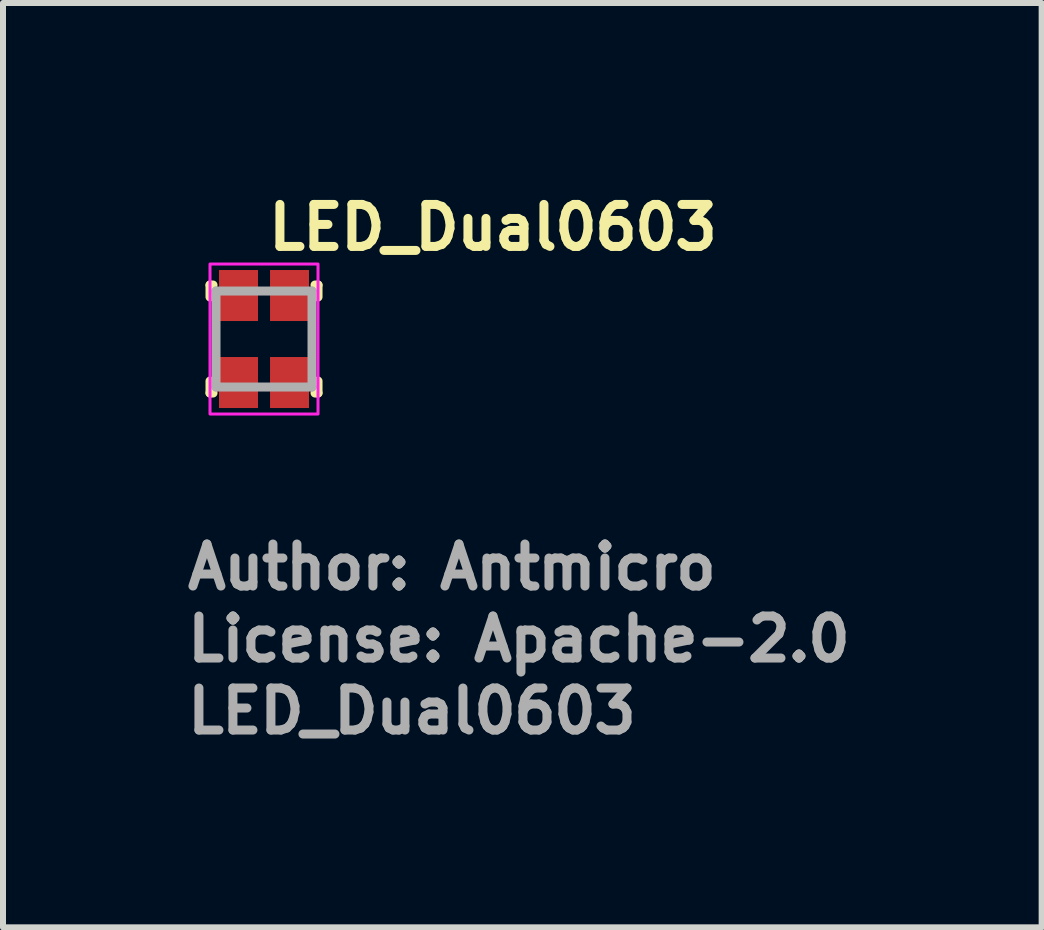
<source format=kicad_pcb>
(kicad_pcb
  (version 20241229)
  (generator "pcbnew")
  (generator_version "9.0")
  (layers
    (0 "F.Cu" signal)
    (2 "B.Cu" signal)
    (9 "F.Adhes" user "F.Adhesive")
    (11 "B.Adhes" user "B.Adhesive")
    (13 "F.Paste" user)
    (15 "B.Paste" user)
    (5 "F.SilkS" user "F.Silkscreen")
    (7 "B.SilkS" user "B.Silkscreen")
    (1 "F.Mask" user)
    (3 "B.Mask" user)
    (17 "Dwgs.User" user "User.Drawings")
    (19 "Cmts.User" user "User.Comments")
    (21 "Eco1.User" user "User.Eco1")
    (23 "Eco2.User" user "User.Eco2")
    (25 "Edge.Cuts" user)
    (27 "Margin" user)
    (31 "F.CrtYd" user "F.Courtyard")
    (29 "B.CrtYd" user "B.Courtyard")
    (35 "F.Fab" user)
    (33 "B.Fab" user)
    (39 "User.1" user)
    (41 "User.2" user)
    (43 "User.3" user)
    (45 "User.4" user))
  (footprint "LED_Dual0603"
    (layer "F.Cu")
    (at 1.35 2.6)
    (property "Reference" "LED_Dual0603" (at 0 -1.45 0) (layer "F.SilkS") (effects (font (size 0.7 0.7) (thickness 0.15)) (justify left bottom)))
    (attr smd)
    (fp_line (start -0.9 -0.9) (end -0.9 -0.7) (stroke (width 0.15) (type solid)) (layer "F.SilkS"))
    (fp_line (start -0.9 0.9) (end -0.9 0.7) (stroke (width 0.15) (type solid)) (layer "F.SilkS"))
    (fp_line (start -0.85 -0.9) (end -0.9 -0.9) (stroke (width 0.15) (type solid)) (layer "F.SilkS"))
    (fp_line (start -0.85 0.9) (end -0.9 0.9) (stroke (width 0.15) (type solid)) (layer "F.SilkS"))
    (fp_line (start 0.85 -0.9) (end 0.9 -0.9) (stroke (width 0.15) (type solid)) (layer "F.SilkS"))
    (fp_line (start 0.85 0.9) (end 0.9 0.9) (stroke (width 0.15) (type solid)) (layer "F.SilkS"))
    (fp_line (start 0.9 -0.9) (end 0.9 -0.7) (stroke (width 0.15) (type solid)) (layer "F.SilkS"))
    (fp_line (start 0.9 0.9) (end 0.9 0.7) (stroke (width 0.15) (type solid)) (layer "F.SilkS"))
    (fp_rect (start -0.9 -1.25) (end 0.9 1.25) (stroke (width 0.05) (type solid)) (fill no) (layer "F.CrtYd"))
    (fp_line (start -0.8 -0.8) (end -0.8 0.8) (stroke (width 0.15) (type solid)) (layer "F.Fab"))
    (fp_line (start -0.8 -0.8) (end 0.8 -0.8) (stroke (width 0.15) (type solid)) (layer "F.Fab"))
    (fp_line (start -0.8 0.8) (end 0.8 0.8) (stroke (width 0.15) (type solid)) (layer "F.Fab"))
    (fp_line (start 0.8 -0.8) (end 0.8 0.8) (stroke (width 0.15) (type solid)) (layer "F.Fab"))
    (fp_rect (start -0.8 -0.8) (end 0.8 0.8) (stroke (width 0.1) (type solid)) (fill no) (layer "User.5"))
    (fp_line (start -0.8 -0.8) (end -0.675 -0.8) (stroke (width 0.02) (type solid)) (layer "User.9"))
    (fp_line (start -0.8 -0.575) (end -0.8 -0.8) (stroke (width 0.02) (type solid)) (layer "User.9"))
    (fp_line (start -0.8 -0.575) (end -0.8 -0.525) (stroke (width 0.02) (type solid)) (layer "User.9"))
    (fp_line (start -0.8 0.525) (end -0.8 -0.525) (stroke (width 0.02) (type solid)) (layer "User.9"))
    (fp_line (start -0.8 0.525) (end -0.8 0.575) (stroke (width 0.02) (type solid)) (layer "User.9"))
    (fp_line (start -0.8 0.8) (end -0.8 0.575) (stroke (width 0.02) (type solid)) (layer "User.9"))
    (fp_line (start -0.675 -0.8) (end -0.675 -0.575) (stroke (width 0.02) (type solid)) (layer "User.9"))
    (fp_line (start -0.675 -0.8) (end -0.5 -0.8) (stroke (width 0.02) (type solid)) (layer "User.9"))
    (fp_line (start -0.675 0.575) (end -0.675 0.8) (stroke (width 0.02) (type solid)) (layer "User.9"))
    (fp_line (start -0.675 0.8) (end -0.8 0.8) (stroke (width 0.02) (type solid)) (layer "User.9"))
    (fp_line (start -0.5 -0.795) (end -0.5 -0.8) (stroke (width 0.02) (type solid)) (layer "User.9"))
    (fp_line (start -0.5 -0.79) (end -0.5 -0.795) (stroke (width 0.02) (type solid)) (layer "User.9"))
    (fp_line (start -0.5 0.795) (end -0.499 0.79) (stroke (width 0.02) (type solid)) (layer "User.9"))
    (fp_line (start -0.5 0.8) (end -0.675 0.8) (stroke (width 0.02) (type solid)) (layer "User.9"))
    (fp_line (start -0.5 0.8) (end -0.5 0.795) (stroke (width 0.02) (type solid)) (layer "User.9"))
    (fp_line (start -0.499 -0.785) (end -0.5 -0.79) (stroke (width 0.02) (type solid)) (layer "User.9"))
    (fp_line (start -0.499 0.785) (end -0.498 0.78) (stroke (width 0.02) (type solid)) (layer "User.9"))
    (fp_line (start -0.499 0.79) (end -0.499 0.785) (stroke (width 0.02) (type solid)) (layer "User.9"))
    (fp_line (start -0.498 -0.78) (end -0.499 -0.785) (stroke (width 0.02) (type solid)) (layer "User.9"))
    (fp_line (start -0.498 0.78) (end -0.497 0.775) (stroke (width 0.02) (type solid)) (layer "User.9"))
    (fp_line (start -0.497 -0.776) (end -0.498 -0.78) (stroke (width 0.02) (type solid)) (layer "User.9"))
    (fp_line (start -0.497 0.775) (end -0.495 0.77) (stroke (width 0.02) (type solid)) (layer "User.9"))
    (fp_line (start -0.496 -0.771) (end -0.497 -0.776) (stroke (width 0.02) (type solid)) (layer "User.9"))
    (fp_line (start -0.495 0.77) (end -0.494 0.766) (stroke (width 0.02) (type solid)) (layer "User.9"))
    (fp_line (start -0.494 -0.766) (end -0.496 -0.771) (stroke (width 0.02) (type solid)) (layer "User.9"))
    (fp_line (start -0.494 0.766) (end -0.492 0.761) (stroke (width 0.02) (type solid)) (layer "User.9"))
    (fp_line (start -0.492 -0.762) (end -0.494 -0.766) (stroke (width 0.02) (type solid)) (layer "User.9"))
    (fp_line (start -0.492 0.761) (end -0.49 0.757) (stroke (width 0.02) (type solid)) (layer "User.9"))
    (fp_line (start -0.49 -0.757) (end -0.492 -0.762) (stroke (width 0.02) (type solid)) (layer "User.9"))
    (fp_line (start -0.49 0.757) (end -0.488 0.752) (stroke (width 0.02) (type solid)) (layer "User.9"))
    (fp_line (start -0.488 -0.753) (end -0.49 -0.757) (stroke (width 0.02) (type solid)) (layer "User.9"))
    (fp_line (start -0.488 0.752) (end -0.486 0.748) (stroke (width 0.02) (type solid)) (layer "User.9"))
    (fp_line (start -0.486 -0.749) (end -0.488 -0.753) (stroke (width 0.02) (type solid)) (layer "User.9"))
    (fp_line (start -0.486 0.748) (end -0.483 0.744) (stroke (width 0.02) (type solid)) (layer "User.9"))
    (fp_line (start -0.483 -0.745) (end -0.486 -0.749) (stroke (width 0.02) (type solid)) (layer "User.9"))
    (fp_line (start -0.483 0.744) (end -0.48 0.74) (stroke (width 0.02) (type solid)) (layer "User.9"))
    (fp_line (start -0.48 -0.741) (end -0.483 -0.745) (stroke (width 0.02) (type solid)) (layer "User.9"))
    (fp_line (start -0.48 0.74) (end -0.477 0.736) (stroke (width 0.02) (type solid)) (layer "User.9"))
    (fp_line (start -0.477 -0.737) (end -0.48 -0.741) (stroke (width 0.02) (type solid)) (layer "User.9"))
    (fp_line (start -0.477 0.736) (end -0.474 0.733) (stroke (width 0.02) (type solid)) (layer "User.9"))
    (fp_line (start -0.474 -0.733) (end -0.477 -0.737) (stroke (width 0.02) (type solid)) (layer "User.9"))
    (fp_line (start -0.474 0.733) (end -0.471 0.729) (stroke (width 0.02) (type solid)) (layer "User.9"))
    (fp_line (start -0.471 -0.729) (end -0.474 -0.733) (stroke (width 0.02) (type solid)) (layer "User.9"))
    (fp_line (start -0.471 0.729) (end -0.467 0.726) (stroke (width 0.02) (type solid)) (layer "User.9"))
    (fp_line (start -0.467 -0.726) (end -0.471 -0.729) (stroke (width 0.02) (type solid)) (layer "User.9"))
    (fp_line (start -0.467 0.726) (end -0.464 0.723) (stroke (width 0.02) (type solid)) (layer "User.9"))
    (fp_line (start -0.464 0.723) (end -0.46 0.72) (stroke (width 0.02) (type solid)) (layer "User.9"))
    (fp_line (start -0.463 -0.723) (end -0.467 -0.726) (stroke (width 0.02) (type solid)) (layer "User.9"))
    (fp_line (start -0.46 0.72) (end -0.456 0.717) (stroke (width 0.02) (type solid)) (layer "User.9"))
    (fp_line (start -0.459 -0.72) (end -0.463 -0.723) (stroke (width 0.02) (type solid)) (layer "User.9"))
    (fp_line (start -0.456 0.717) (end -0.452 0.715) (stroke (width 0.02) (type solid)) (layer "User.9"))
    (fp_line (start -0.455 -0.717) (end -0.459 -0.72) (stroke (width 0.02) (type solid)) (layer "User.9"))
    (fp_line (start -0.452 0.715) (end -0.448 0.712) (stroke (width 0.02) (type solid)) (layer "User.9"))
    (fp_line (start -0.451 -0.714) (end -0.455 -0.717) (stroke (width 0.02) (type solid)) (layer "User.9"))
    (fp_line (start -0.448 0.712) (end -0.443 0.71) (stroke (width 0.02) (type solid)) (layer "User.9"))
    (fp_line (start -0.447 -0.712) (end -0.451 -0.714) (stroke (width 0.02) (type solid)) (layer "User.9"))
    (fp_line (start -0.443 -0.71) (end -0.447 -0.712) (stroke (width 0.02) (type solid)) (layer "User.9"))
    (fp_line (start -0.443 0.71) (end -0.439 0.708) (stroke (width 0.02) (type solid)) (layer "User.9"))
    (fp_line (start -0.439 0.708) (end -0.434 0.706) (stroke (width 0.02) (type solid)) (layer "User.9"))
    (fp_line (start -0.438 -0.708) (end -0.443 -0.71) (stroke (width 0.02) (type solid)) (layer "User.9"))
    (fp_line (start -0.434 -0.706) (end -0.438 -0.708) (stroke (width 0.02) (type solid)) (layer "User.9"))
    (fp_line (start -0.434 0.706) (end -0.43 0.705) (stroke (width 0.02) (type solid)) (layer "User.9"))
    (fp_line (start -0.43 0.705) (end -0.425 0.703) (stroke (width 0.02) (type solid)) (layer "User.9"))
    (fp_line (start -0.429 -0.704) (end -0.434 -0.706) (stroke (width 0.02) (type solid)) (layer "User.9"))
    (fp_line (start -0.425 0.703) (end -0.42 0.702) (stroke (width 0.02) (type solid)) (layer "User.9"))
    (fp_line (start -0.424 -0.703) (end -0.429 -0.704) (stroke (width 0.02) (type solid)) (layer "User.9"))
    (fp_line (start -0.42 -0.702) (end -0.424 -0.703) (stroke (width 0.02) (type solid)) (layer "User.9"))
    (fp_line (start -0.42 0.702) (end -0.415 0.701) (stroke (width 0.02) (type solid)) (layer "User.9"))
    (fp_line (start -0.415 -0.701) (end -0.42 -0.702) (stroke (width 0.02) (type solid)) (layer "User.9"))
    (fp_line (start -0.415 0.701) (end -0.41 0.701) (stroke (width 0.02) (type solid)) (layer "User.9"))
    (fp_line (start -0.41 -0.7) (end -0.415 -0.701) (stroke (width 0.02) (type solid)) (layer "User.9"))
    (fp_line (start -0.41 0.701) (end -0.405 0.7) (stroke (width 0.02) (type solid)) (layer "User.9"))
    (fp_line (start -0.405 -0.7) (end -0.41 -0.7) (stroke (width 0.02) (type solid)) (layer "User.9"))
    (fp_line (start -0.405 0.7) (end -0.4 0.7) (stroke (width 0.02) (type solid)) (layer "User.9"))
    (fp_line (start -0.4 -0.7) (end -0.405 -0.7) (stroke (width 0.02) (type solid)) (layer "User.9"))
    (fp_line (start -0.4 0.7) (end -0.395 0.7) (stroke (width 0.02) (type solid)) (layer "User.9"))
    (fp_line (start -0.395 -0.7) (end -0.4 -0.7) (stroke (width 0.02) (type solid)) (layer "User.9"))
    (fp_line (start -0.395 0.7) (end -0.39 0.701) (stroke (width 0.02) (type solid)) (layer "User.9"))
    (fp_line (start -0.39 -0.7) (end -0.395 -0.7) (stroke (width 0.02) (type solid)) (layer "User.9"))
    (fp_line (start -0.39 0.701) (end -0.385 0.701) (stroke (width 0.02) (type solid)) (layer "User.9"))
    (fp_line (start -0.385 -0.701) (end -0.39 -0.7) (stroke (width 0.02) (type solid)) (layer "User.9"))
    (fp_line (start -0.385 0.701) (end -0.38 0.702) (stroke (width 0.02) (type solid)) (layer "User.9"))
    (fp_line (start -0.38 -0.702) (end -0.385 -0.701) (stroke (width 0.02) (type solid)) (layer "User.9"))
    (fp_line (start -0.38 0.702) (end -0.375 0.703) (stroke (width 0.02) (type solid)) (layer "User.9"))
    (fp_line (start -0.376 -0.703) (end -0.38 -0.702) (stroke (width 0.02) (type solid)) (layer "User.9"))
    (fp_line (start -0.375 0.703) (end -0.37 0.705) (stroke (width 0.02) (type solid)) (layer "User.9"))
    (fp_line (start -0.371 -0.704) (end -0.376 -0.703) (stroke (width 0.02) (type solid)) (layer "User.9"))
    (fp_line (start -0.37 0.705) (end -0.366 0.706) (stroke (width 0.02) (type solid)) (layer "User.9"))
    (fp_line (start -0.366 -0.706) (end -0.371 -0.704) (stroke (width 0.02) (type solid)) (layer "User.9"))
    (fp_line (start -0.366 0.706) (end -0.361 0.708) (stroke (width 0.02) (type solid)) (layer "User.9"))
    (fp_line (start -0.362 -0.708) (end -0.366 -0.706) (stroke (width 0.02) (type solid)) (layer "User.9"))
    (fp_line (start -0.361 0.708) (end -0.357 0.71) (stroke (width 0.02) (type solid)) (layer "User.9"))
    (fp_line (start -0.357 -0.71) (end -0.362 -0.708) (stroke (width 0.02) (type solid)) (layer "User.9"))
    (fp_line (start -0.357 0.71) (end -0.352 0.712) (stroke (width 0.02) (type solid)) (layer "User.9"))
    (fp_line (start -0.353 -0.712) (end -0.357 -0.71) (stroke (width 0.02) (type solid)) (layer "User.9"))
    (fp_line (start -0.352 0.712) (end -0.348 0.715) (stroke (width 0.02) (type solid)) (layer "User.9"))
    (fp_line (start -0.349 -0.714) (end -0.353 -0.712) (stroke (width 0.02) (type solid)) (layer "User.9"))
    (fp_line (start -0.348 0.715) (end -0.344 0.717) (stroke (width 0.02) (type solid)) (layer "User.9"))
    (fp_line (start -0.345 -0.717) (end -0.349 -0.714) (stroke (width 0.02) (type solid)) (layer "User.9"))
    (fp_line (start -0.344 0.717) (end -0.34 0.72) (stroke (width 0.02) (type solid)) (layer "User.9"))
    (fp_line (start -0.341 -0.72) (end -0.345 -0.717) (stroke (width 0.02) (type solid)) (layer "User.9"))
    (fp_line (start -0.34 0.72) (end -0.336 0.723) (stroke (width 0.02) (type solid)) (layer "User.9"))
    (fp_line (start -0.337 -0.723) (end -0.341 -0.72) (stroke (width 0.02) (type solid)) (layer "User.9"))
    (fp_line (start -0.336 0.723) (end -0.333 0.726) (stroke (width 0.02) (type solid)) (layer "User.9"))
    (fp_line (start -0.333 -0.726) (end -0.337 -0.723) (stroke (width 0.02) (type solid)) (layer "User.9"))
    (fp_line (start -0.333 0.726) (end -0.329 0.729) (stroke (width 0.02) (type solid)) (layer "User.9"))
    (fp_line (start -0.329 -0.729) (end -0.333 -0.726) (stroke (width 0.02) (type solid)) (layer "User.9"))
    (fp_line (start -0.329 0.729) (end -0.326 0.733) (stroke (width 0.02) (type solid)) (layer "User.9"))
    (fp_line (start -0.326 -0.733) (end -0.329 -0.729) (stroke (width 0.02) (type solid)) (layer "User.9"))
    (fp_line (start -0.326 0.733) (end -0.323 0.736) (stroke (width 0.02) (type solid)) (layer "User.9"))
    (fp_line (start -0.323 -0.737) (end -0.326 -0.733) (stroke (width 0.02) (type solid)) (layer "User.9"))
    (fp_line (start -0.323 0.736) (end -0.32 0.74) (stroke (width 0.02) (type solid)) (layer "User.9"))
    (fp_line (start -0.32 -0.741) (end -0.323 -0.737) (stroke (width 0.02) (type solid)) (layer "User.9"))
    (fp_line (start -0.32 0.74) (end -0.317 0.744) (stroke (width 0.02) (type solid)) (layer "User.9"))
    (fp_line (start -0.317 -0.745) (end -0.32 -0.741) (stroke (width 0.02) (type solid)) (layer "User.9"))
    (fp_line (start -0.317 0.744) (end -0.314 0.748) (stroke (width 0.02) (type solid)) (layer "User.9"))
    (fp_line (start -0.314 -0.749) (end -0.317 -0.745) (stroke (width 0.02) (type solid)) (layer "User.9"))
    (fp_line (start -0.314 0.748) (end -0.312 0.752) (stroke (width 0.02) (type solid)) (layer "User.9"))
    (fp_line (start -0.312 -0.753) (end -0.314 -0.749) (stroke (width 0.02) (type solid)) (layer "User.9"))
    (fp_line (start -0.312 0.752) (end -0.31 0.757) (stroke (width 0.02) (type solid)) (layer "User.9"))
    (fp_line (start -0.31 -0.757) (end -0.312 -0.753) (stroke (width 0.02) (type solid)) (layer "User.9"))
    (fp_line (start -0.31 0.757) (end -0.308 0.761) (stroke (width 0.02) (type solid)) (layer "User.9"))
    (fp_line (start -0.308 -0.762) (end -0.31 -0.757) (stroke (width 0.02) (type solid)) (layer "User.9"))
    (fp_line (start -0.308 0.761) (end -0.306 0.766) (stroke (width 0.02) (type solid)) (layer "User.9"))
    (fp_line (start -0.306 -0.766) (end -0.308 -0.762) (stroke (width 0.02) (type solid)) (layer "User.9"))
    (fp_line (start -0.306 0.766) (end -0.305 0.77) (stroke (width 0.02) (type solid)) (layer "User.9"))
    (fp_line (start -0.305 0.77) (end -0.303 0.775) (stroke (width 0.02) (type solid)) (layer "User.9"))
    (fp_line (start -0.304 -0.771) (end -0.306 -0.766) (stroke (width 0.02) (type solid)) (layer "User.9"))
    (fp_line (start -0.303 -0.776) (end -0.304 -0.771) (stroke (width 0.02) (type solid)) (layer "User.9"))
    (fp_line (start -0.303 0.775) (end -0.302 0.78) (stroke (width 0.02) (type solid)) (layer "User.9"))
    (fp_line (start -0.302 -0.78) (end -0.303 -0.776) (stroke (width 0.02) (type solid)) (layer "User.9"))
    (fp_line (start -0.302 0.78) (end -0.301 0.785) (stroke (width 0.02) (type solid)) (layer "User.9"))
    (fp_line (start -0.301 -0.785) (end -0.302 -0.78) (stroke (width 0.02) (type solid)) (layer "User.9"))
    (fp_line (start -0.301 0.785) (end -0.301 0.79) (stroke (width 0.02) (type solid)) (layer "User.9"))
    (fp_line (start -0.301 0.79) (end -0.3 0.795) (stroke (width 0.02) (type solid)) (layer "User.9"))
    (fp_line (start -0.3 -0.8) (end -0.3 -0.795) (stroke (width 0.02) (type solid)) (layer "User.9"))
    (fp_line (start -0.3 -0.8) (end -0.125 -0.8) (stroke (width 0.02) (type solid)) (layer "User.9"))
    (fp_line (start -0.3 -0.795) (end -0.3 -0.79) (stroke (width 0.02) (type solid)) (layer "User.9"))
    (fp_line (start -0.3 -0.79) (end -0.301 -0.785) (stroke (width 0.02) (type solid)) (layer "User.9"))
    (fp_line (start -0.3 0.795) (end -0.3 0.8) (stroke (width 0.02) (type solid)) (layer "User.9"))
    (fp_line (start -0.125 -0.8) (end -0.125 -0.575) (stroke (width 0.02) (type solid)) (layer "User.9"))
    (fp_line (start -0.125 -0.8) (end 0.125 -0.8) (stroke (width 0.02) (type solid)) (layer "User.9"))
    (fp_line (start -0.125 0.8) (end -0.3 0.8) (stroke (width 0.02) (type solid)) (layer "User.9"))
    (fp_line (start -0.125 0.8) (end -0.125 0.575) (stroke (width 0.02) (type solid)) (layer "User.9"))
    (fp_line (start 0.125 -0.8) (end 0.125 -0.575) (stroke (width 0.02) (type solid)) (layer "User.9"))
    (fp_line (start 0.125 -0.8) (end 0.3 -0.8) (stroke (width 0.02) (type solid)) (layer "User.9"))
    (fp_line (start 0.125 0.575) (end 0.125 0.8) (stroke (width 0.02) (type solid)) (layer "User.9"))
    (fp_line (start 0.125 0.8) (end -0.125 0.8) (stroke (width 0.02) (type solid)) (layer "User.9"))
    (fp_line (start 0.3 -0.795) (end 0.3 -0.8) (stroke (width 0.02) (type solid)) (layer "User.9"))
    (fp_line (start 0.3 -0.79) (end 0.3 -0.795) (stroke (width 0.02) (type solid)) (layer "User.9"))
    (fp_line (start 0.3 0.795) (end 0.301 0.79) (stroke (width 0.02) (type solid)) (layer "User.9"))
    (fp_line (start 0.3 0.8) (end 0.125 0.8) (stroke (width 0.02) (type solid)) (layer "User.9"))
    (fp_line (start 0.3 0.8) (end 0.3 0.795) (stroke (width 0.02) (type solid)) (layer "User.9"))
    (fp_line (start 0.301 -0.785) (end 0.3 -0.79) (stroke (width 0.02) (type solid)) (layer "User.9"))
    (fp_line (start 0.301 0.785) (end 0.302 0.78) (stroke (width 0.02) (type solid)) (layer "User.9"))
    (fp_line (start 0.301 0.79) (end 0.301 0.785) (stroke (width 0.02) (type solid)) (layer "User.9"))
    (fp_line (start 0.302 -0.78) (end 0.301 -0.785) (stroke (width 0.02) (type solid)) (layer "User.9"))
    (fp_line (start 0.302 0.78) (end 0.303 0.775) (stroke (width 0.02) (type solid)) (layer "User.9"))
    (fp_line (start 0.303 -0.776) (end 0.302 -0.78) (stroke (width 0.02) (type solid)) (layer "User.9"))
    (fp_line (start 0.303 0.775) (end 0.305 0.77) (stroke (width 0.02) (type solid)) (layer "User.9"))
    (fp_line (start 0.304 -0.771) (end 0.303 -0.776) (stroke (width 0.02) (type solid)) (layer "User.9"))
    (fp_line (start 0.305 0.77) (end 0.306 0.766) (stroke (width 0.02) (type solid)) (layer "User.9"))
    (fp_line (start 0.306 -0.766) (end 0.304 -0.771) (stroke (width 0.02) (type solid)) (layer "User.9"))
    (fp_line (start 0.306 0.766) (end 0.308 0.761) (stroke (width 0.02) (type solid)) (layer "User.9"))
    (fp_line (start 0.308 -0.762) (end 0.306 -0.766) (stroke (width 0.02) (type solid)) (layer "User.9"))
    (fp_line (start 0.308 0.761) (end 0.31 0.757) (stroke (width 0.02) (type solid)) (layer "User.9"))
    (fp_line (start 0.31 -0.757) (end 0.308 -0.762) (stroke (width 0.02) (type solid)) (layer "User.9"))
    (fp_line (start 0.31 0.757) (end 0.312 0.752) (stroke (width 0.02) (type solid)) (layer "User.9"))
    (fp_line (start 0.312 -0.753) (end 0.31 -0.757) (stroke (width 0.02) (type solid)) (layer "User.9"))
    (fp_line (start 0.312 0.752) (end 0.314 0.748) (stroke (width 0.02) (type solid)) (layer "User.9"))
    (fp_line (start 0.314 -0.749) (end 0.312 -0.753) (stroke (width 0.02) (type solid)) (layer "User.9"))
    (fp_line (start 0.314 0.748) (end 0.317 0.744) (stroke (width 0.02) (type solid)) (layer "User.9"))
    (fp_line (start 0.317 -0.745) (end 0.314 -0.749) (stroke (width 0.02) (type solid)) (layer "User.9"))
    (fp_line (start 0.317 0.744) (end 0.32 0.74) (stroke (width 0.02) (type solid)) (layer "User.9"))
    (fp_line (start 0.32 -0.741) (end 0.317 -0.745) (stroke (width 0.02) (type solid)) (layer "User.9"))
    (fp_line (start 0.32 0.74) (end 0.323 0.736) (stroke (width 0.02) (type solid)) (layer "User.9"))
    (fp_line (start 0.323 -0.737) (end 0.32 -0.741) (stroke (width 0.02) (type solid)) (layer "User.9"))
    (fp_line (start 0.323 0.736) (end 0.326 0.733) (stroke (width 0.02) (type solid)) (layer "User.9"))
    (fp_line (start 0.326 -0.733) (end 0.323 -0.737) (stroke (width 0.02) (type solid)) (layer "User.9"))
    (fp_line (start 0.326 0.733) (end 0.329 0.729) (stroke (width 0.02) (type solid)) (layer "User.9"))
    (fp_line (start 0.329 -0.729) (end 0.326 -0.733) (stroke (width 0.02) (type solid)) (layer "User.9"))
    (fp_line (start 0.329 0.729) (end 0.333 0.726) (stroke (width 0.02) (type solid)) (layer "User.9"))
    (fp_line (start 0.333 -0.726) (end 0.329 -0.729) (stroke (width 0.02) (type solid)) (layer "User.9"))
    (fp_line (start 0.333 0.726) (end 0.336 0.723) (stroke (width 0.02) (type solid)) (layer "User.9"))
    (fp_line (start 0.336 0.723) (end 0.34 0.72) (stroke (width 0.02) (type solid)) (layer "User.9"))
    (fp_line (start 0.337 -0.723) (end 0.333 -0.726) (stroke (width 0.02) (type solid)) (layer "User.9"))
    (fp_line (start 0.34 0.72) (end 0.344 0.717) (stroke (width 0.02) (type solid)) (layer "User.9"))
    (fp_line (start 0.341 -0.72) (end 0.337 -0.723) (stroke (width 0.02) (type solid)) (layer "User.9"))
    (fp_line (start 0.344 0.717) (end 0.348 0.715) (stroke (width 0.02) (type solid)) (layer "User.9"))
    (fp_line (start 0.345 -0.717) (end 0.341 -0.72) (stroke (width 0.02) (type solid)) (layer "User.9"))
    (fp_line (start 0.348 0.715) (end 0.352 0.712) (stroke (width 0.02) (type solid)) (layer "User.9"))
    (fp_line (start 0.349 -0.714) (end 0.345 -0.717) (stroke (width 0.02) (type solid)) (layer "User.9"))
    (fp_line (start 0.352 0.712) (end 0.357 0.71) (stroke (width 0.02) (type solid)) (layer "User.9"))
    (fp_line (start 0.353 -0.712) (end 0.349 -0.714) (stroke (width 0.02) (type solid)) (layer "User.9"))
    (fp_line (start 0.357 -0.71) (end 0.353 -0.712) (stroke (width 0.02) (type solid)) (layer "User.9"))
    (fp_line (start 0.357 0.71) (end 0.361 0.708) (stroke (width 0.02) (type solid)) (layer "User.9"))
    (fp_line (start 0.361 0.708) (end 0.366 0.706) (stroke (width 0.02) (type solid)) (layer "User.9"))
    (fp_line (start 0.362 -0.708) (end 0.357 -0.71) (stroke (width 0.02) (type solid)) (layer "User.9"))
    (fp_line (start 0.366 -0.706) (end 0.362 -0.708) (stroke (width 0.02) (type solid)) (layer "User.9"))
    (fp_line (start 0.366 0.706) (end 0.37 0.705) (stroke (width 0.02) (type solid)) (layer "User.9"))
    (fp_line (start 0.37 0.705) (end 0.375 0.703) (stroke (width 0.02) (type solid)) (layer "User.9"))
    (fp_line (start 0.371 -0.704) (end 0.366 -0.706) (stroke (width 0.02) (type solid)) (layer "User.9"))
    (fp_line (start 0.375 0.703) (end 0.38 0.702) (stroke (width 0.02) (type solid)) (layer "User.9"))
    (fp_line (start 0.376 -0.703) (end 0.371 -0.704) (stroke (width 0.02) (type solid)) (layer "User.9"))
    (fp_line (start 0.38 -0.702) (end 0.376 -0.703) (stroke (width 0.02) (type solid)) (layer "User.9"))
    (fp_line (start 0.38 0.702) (end 0.385 0.701) (stroke (width 0.02) (type solid)) (layer "User.9"))
    (fp_line (start 0.385 -0.701) (end 0.38 -0.702) (stroke (width 0.02) (type solid)) (layer "User.9"))
    (fp_line (start 0.385 0.701) (end 0.39 0.701) (stroke (width 0.02) (type solid)) (layer "User.9"))
    (fp_line (start 0.39 -0.7) (end 0.385 -0.701) (stroke (width 0.02) (type solid)) (layer "User.9"))
    (fp_line (start 0.39 0.701) (end 0.395 0.7) (stroke (width 0.02) (type solid)) (layer "User.9"))
    (fp_line (start 0.395 -0.7) (end 0.39 -0.7) (stroke (width 0.02) (type solid)) (layer "User.9"))
    (fp_line (start 0.395 0.7) (end 0.4 0.7) (stroke (width 0.02) (type solid)) (layer "User.9"))
    (fp_line (start 0.4 -0.7) (end 0.395 -0.7) (stroke (width 0.02) (type solid)) (layer "User.9"))
    (fp_line (start 0.4 0.7) (end 0.405 0.7) (stroke (width 0.02) (type solid)) (layer "User.9"))
    (fp_line (start 0.405 -0.7) (end 0.4 -0.7) (stroke (width 0.02) (type solid)) (layer "User.9"))
    (fp_line (start 0.405 0.7) (end 0.41 0.701) (stroke (width 0.02) (type solid)) (layer "User.9"))
    (fp_line (start 0.41 -0.7) (end 0.405 -0.7) (stroke (width 0.02) (type solid)) (layer "User.9"))
    (fp_line (start 0.41 0.701) (end 0.415 0.701) (stroke (width 0.02) (type solid)) (layer "User.9"))
    (fp_line (start 0.415 -0.701) (end 0.41 -0.7) (stroke (width 0.02) (type solid)) (layer "User.9"))
    (fp_line (start 0.415 0.701) (end 0.42 0.702) (stroke (width 0.02) (type solid)) (layer "User.9"))
    (fp_line (start 0.42 -0.702) (end 0.415 -0.701) (stroke (width 0.02) (type solid)) (layer "User.9"))
    (fp_line (start 0.42 0.702) (end 0.425 0.703) (stroke (width 0.02) (type solid)) (layer "User.9"))
    (fp_line (start 0.424 -0.703) (end 0.42 -0.702) (stroke (width 0.02) (type solid)) (layer "User.9"))
    (fp_line (start 0.425 0.703) (end 0.43 0.705) (stroke (width 0.02) (type solid)) (layer "User.9"))
    (fp_line (start 0.429 -0.704) (end 0.424 -0.703) (stroke (width 0.02) (type solid)) (layer "User.9"))
    (fp_line (start 0.43 0.705) (end 0.434 0.706) (stroke (width 0.02) (type solid)) (layer "User.9"))
    (fp_line (start 0.434 -0.706) (end 0.429 -0.704) (stroke (width 0.02) (type solid)) (layer "User.9"))
    (fp_line (start 0.434 0.706) (end 0.439 0.708) (stroke (width 0.02) (type solid)) (layer "User.9"))
    (fp_line (start 0.438 -0.708) (end 0.434 -0.706) (stroke (width 0.02) (type solid)) (layer "User.9"))
    (fp_line (start 0.439 0.708) (end 0.443 0.71) (stroke (width 0.02) (type solid)) (layer "User.9"))
    (fp_line (start 0.443 -0.71) (end 0.438 -0.708) (stroke (width 0.02) (type solid)) (layer "User.9"))
    (fp_line (start 0.443 0.71) (end 0.448 0.712) (stroke (width 0.02) (type solid)) (layer "User.9"))
    (fp_line (start 0.447 -0.712) (end 0.443 -0.71) (stroke (width 0.02) (type solid)) (layer "User.9"))
    (fp_line (start 0.448 0.712) (end 0.452 0.715) (stroke (width 0.02) (type solid)) (layer "User.9"))
    (fp_line (start 0.451 -0.714) (end 0.447 -0.712) (stroke (width 0.02) (type solid)) (layer "User.9"))
    (fp_line (start 0.452 0.715) (end 0.456 0.717) (stroke (width 0.02) (type solid)) (layer "User.9"))
    (fp_line (start 0.455 -0.717) (end 0.451 -0.714) (stroke (width 0.02) (type solid)) (layer "User.9"))
    (fp_line (start 0.456 0.717) (end 0.46 0.72) (stroke (width 0.02) (type solid)) (layer "User.9"))
    (fp_line (start 0.459 -0.72) (end 0.455 -0.717) (stroke (width 0.02) (type solid)) (layer "User.9"))
    (fp_line (start 0.46 0.72) (end 0.464 0.723) (stroke (width 0.02) (type solid)) (layer "User.9"))
    (fp_line (start 0.463 -0.723) (end 0.459 -0.72) (stroke (width 0.02) (type solid)) (layer "User.9"))
    (fp_line (start 0.464 0.723) (end 0.467 0.726) (stroke (width 0.02) (type solid)) (layer "User.9"))
    (fp_line (start 0.467 -0.726) (end 0.463 -0.723) (stroke (width 0.02) (type solid)) (layer "User.9"))
    (fp_line (start 0.467 0.726) (end 0.471 0.729) (stroke (width 0.02) (type solid)) (layer "User.9"))
    (fp_line (start 0.471 -0.729) (end 0.467 -0.726) (stroke (width 0.02) (type solid)) (layer "User.9"))
    (fp_line (start 0.471 0.729) (end 0.474 0.733) (stroke (width 0.02) (type solid)) (layer "User.9"))
    (fp_line (start 0.474 -0.733) (end 0.471 -0.729) (stroke (width 0.02) (type solid)) (layer "User.9"))
    (fp_line (start 0.474 0.733) (end 0.477 0.736) (stroke (width 0.02) (type solid)) (layer "User.9"))
    (fp_line (start 0.477 -0.737) (end 0.474 -0.733) (stroke (width 0.02) (type solid)) (layer "User.9"))
    (fp_line (start 0.477 0.736) (end 0.48 0.74) (stroke (width 0.02) (type solid)) (layer "User.9"))
    (fp_line (start 0.48 -0.741) (end 0.477 -0.737) (stroke (width 0.02) (type solid)) (layer "User.9"))
    (fp_line (start 0.48 0.74) (end 0.483 0.744) (stroke (width 0.02) (type solid)) (layer "User.9"))
    (fp_line (start 0.483 -0.745) (end 0.48 -0.741) (stroke (width 0.02) (type solid)) (layer "User.9"))
    (fp_line (start 0.483 0.744) (end 0.486 0.748) (stroke (width 0.02) (type solid)) (layer "User.9"))
    (fp_line (start 0.486 -0.749) (end 0.483 -0.745) (stroke (width 0.02) (type solid)) (layer "User.9"))
    (fp_line (start 0.486 0.748) (end 0.488 0.752) (stroke (width 0.02) (type solid)) (layer "User.9"))
    (fp_line (start 0.488 -0.753) (end 0.486 -0.749) (stroke (width 0.02) (type solid)) (layer "User.9"))
    (fp_line (start 0.488 0.752) (end 0.49 0.757) (stroke (width 0.02) (type solid)) (layer "User.9"))
    (fp_line (start 0.49 -0.757) (end 0.488 -0.753) (stroke (width 0.02) (type solid)) (layer "User.9"))
    (fp_line (start 0.49 0.757) (end 0.492 0.761) (stroke (width 0.02) (type solid)) (layer "User.9"))
    (fp_line (start 0.492 -0.762) (end 0.49 -0.757) (stroke (width 0.02) (type solid)) (layer "User.9"))
    (fp_line (start 0.492 0.761) (end 0.494 0.766) (stroke (width 0.02) (type solid)) (layer "User.9"))
    (fp_line (start 0.494 -0.766) (end 0.492 -0.762) (stroke (width 0.02) (type solid)) (layer "User.9"))
    (fp_line (start 0.494 0.766) (end 0.495 0.77) (stroke (width 0.02) (type solid)) (layer "User.9"))
    (fp_line (start 0.495 0.77) (end 0.497 0.775) (stroke (width 0.02) (type solid)) (layer "User.9"))
    (fp_line (start 0.496 -0.771) (end 0.494 -0.766) (stroke (width 0.02) (type solid)) (layer "User.9"))
    (fp_line (start 0.497 -0.776) (end 0.496 -0.771) (stroke (width 0.02) (type solid)) (layer "User.9"))
    (fp_line (start 0.497 0.775) (end 0.498 0.78) (stroke (width 0.02) (type solid)) (layer "User.9"))
    (fp_line (start 0.498 -0.78) (end 0.497 -0.776) (stroke (width 0.02) (type solid)) (layer "User.9"))
    (fp_line (start 0.498 0.78) (end 0.499 0.785) (stroke (width 0.02) (type solid)) (layer "User.9"))
    (fp_line (start 0.499 -0.785) (end 0.498 -0.78) (stroke (width 0.02) (type solid)) (layer "User.9"))
    (fp_line (start 0.499 0.785) (end 0.499 0.79) (stroke (width 0.02) (type solid)) (layer "User.9"))
    (fp_line (start 0.499 0.79) (end 0.5 0.795) (stroke (width 0.02) (type solid)) (layer "User.9"))
    (fp_line (start 0.5 -0.8) (end 0.5 -0.795) (stroke (width 0.02) (type solid)) (layer "User.9"))
    (fp_line (start 0.5 -0.8) (end 0.675 -0.8) (stroke (width 0.02) (type solid)) (layer "User.9"))
    (fp_line (start 0.5 -0.795) (end 0.5 -0.79) (stroke (width 0.02) (type solid)) (layer "User.9"))
    (fp_line (start 0.5 -0.79) (end 0.499 -0.785) (stroke (width 0.02) (type solid)) (layer "User.9"))
    (fp_line (start 0.5 0.795) (end 0.5 0.8) (stroke (width 0.02) (type solid)) (layer "User.9"))
    (fp_line (start 0.675 -0.8) (end 0.8 -0.8) (stroke (width 0.02) (type solid)) (layer "User.9"))
    (fp_line (start 0.675 -0.575) (end 0.675 -0.8) (stroke (width 0.02) (type solid)) (layer "User.9"))
    (fp_line (start 0.675 0.8) (end 0.5 0.8) (stroke (width 0.02) (type solid)) (layer "User.9"))
    (fp_line (start 0.675 0.8) (end 0.675 0.575) (stroke (width 0.02) (type solid)) (layer "User.9"))
    (fp_line (start 0.8 -0.8) (end 0.8 -0.575) (stroke (width 0.02) (type solid)) (layer "User.9"))
    (fp_line (start 0.8 -0.575) (end -0.8 -0.575) (stroke (width 0.02) (type solid)) (layer "User.9"))
    (fp_line (start 0.8 -0.525) (end 0.8 -0.575) (stroke (width 0.02) (type solid)) (layer "User.9"))
    (fp_line (start 0.8 -0.525) (end 0.8 0.525) (stroke (width 0.02) (type solid)) (layer "User.9"))
    (fp_line (start 0.8 0.575) (end -0.8 0.575) (stroke (width 0.02) (type solid)) (layer "User.9"))
    (fp_line (start 0.8 0.575) (end 0.8 0.525) (stroke (width 0.02) (type solid)) (layer "User.9"))
    (fp_line (start 0.8 0.575) (end 0.8 0.8) (stroke (width 0.02) (type solid)) (layer "User.9"))
    (fp_line (start 0.8 0.8) (end 0.675 0.8) (stroke (width 0.02) (type solid)) (layer "User.9"))
    (fp_text user "${REFERENCE}" (at -1.35 6.61 0) (layer "F.Fab") (effects (font (size 0.7 0.7) (thickness 0.15)) (justify left bottom)))
    (fp_text user "Author: Antmicro" (at -1.35 4.21 0) (layer "F.Fab") (effects (font (size 0.7 0.7) (thickness 0.15)) (justify left bottom)))
    (fp_text user "License: Apache-2.0" (at -1.35 5.41 0) (layer "F.Fab") (effects (font (size 0.7 0.7) (thickness 0.15)) (justify left bottom)))
    (pad "1" smd rect (at -0.425 -0.725) (size 0.65 0.85) (layers "F.Cu" "F.Mask" "F.Paste"))
    (pad "2" smd rect (at 0.425 -0.725) (size 0.65 0.85) (layers "F.Cu" "F.Mask" "F.Paste"))
    (pad "3" smd rect (at 0.425 0.725) (size 0.65 0.85) (layers "F.Cu" "F.Mask" "F.Paste"))
    (pad "4" smd rect (at -0.425 0.725) (size 0.65 0.85) (layers "F.Cu" "F.Mask" "F.Paste")))
  (gr_rect
    (start -3 -3)
    (end 14.31 12.405)
    (stroke (width 0.1) (type default))
    (fill no)
    (layer "Edge.Cuts")))
</source>
